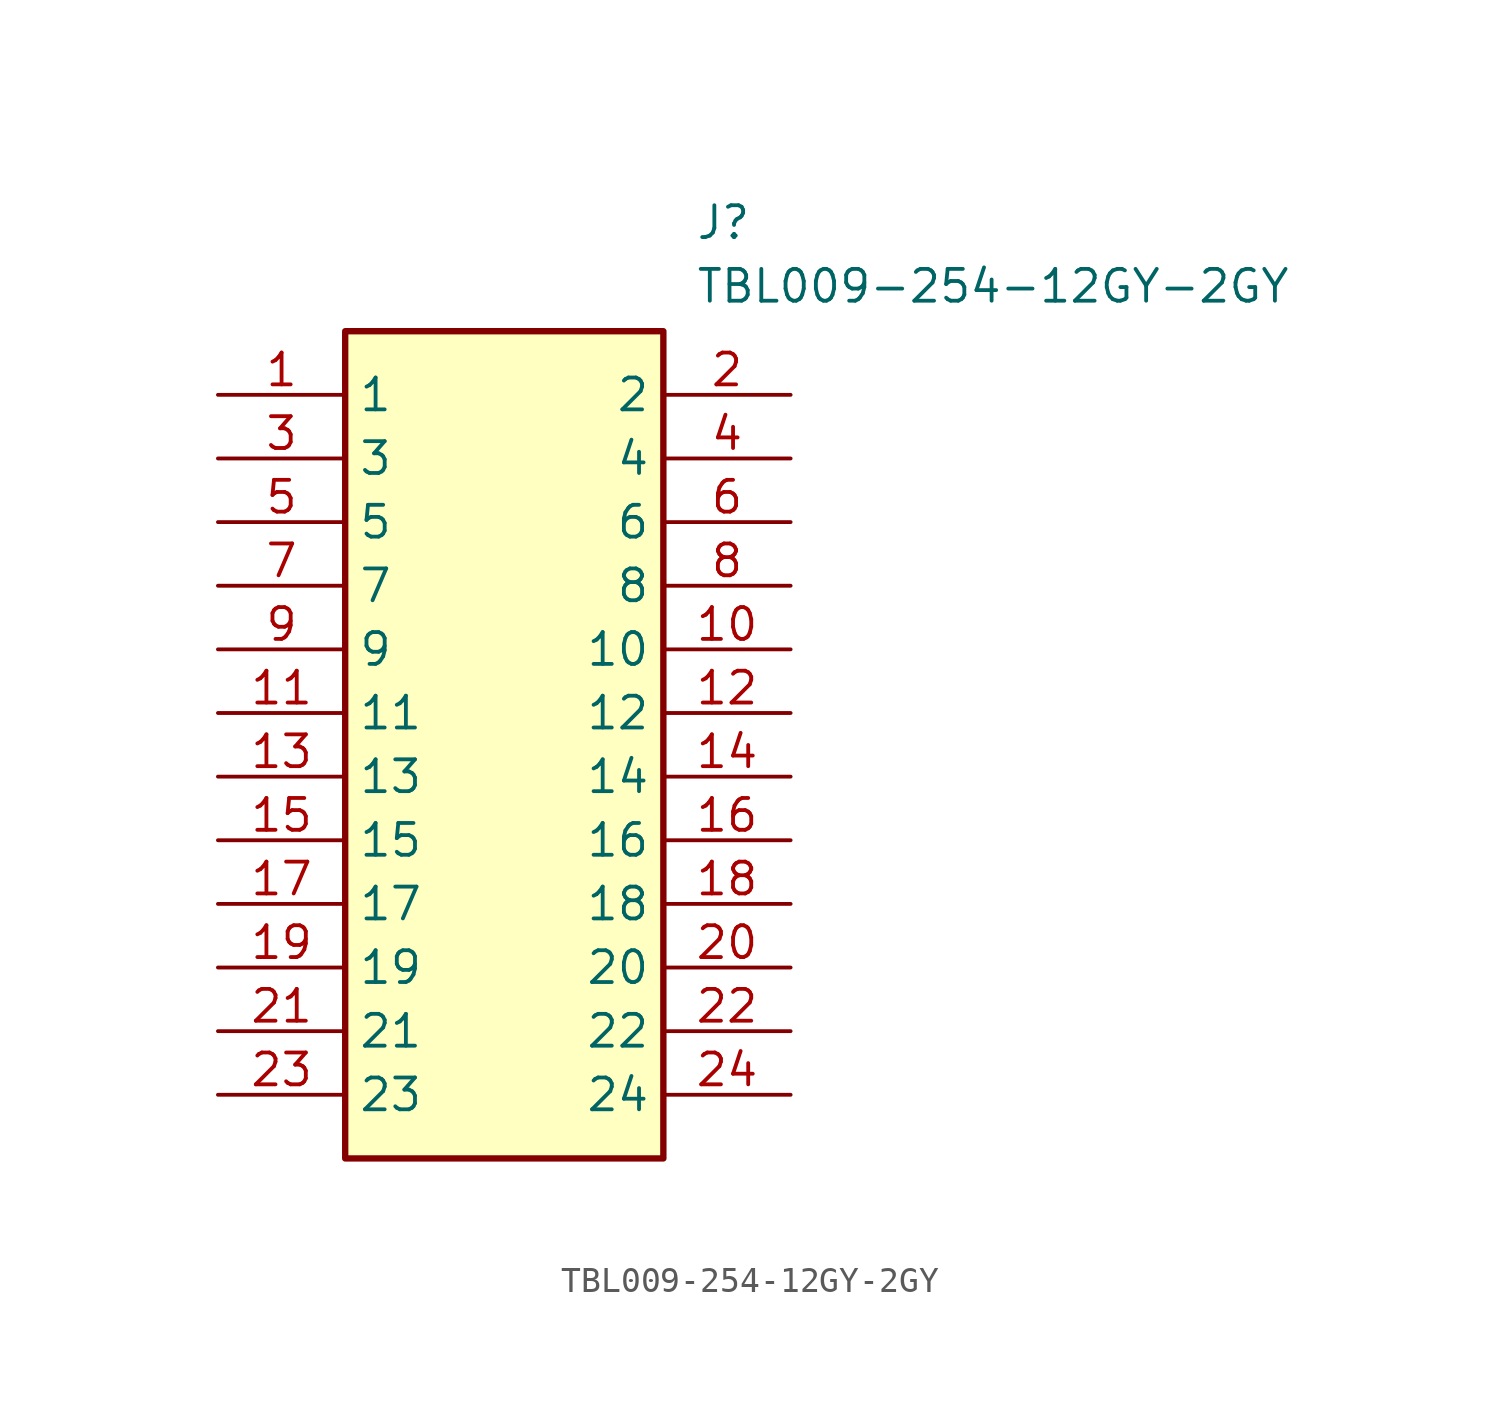
<source format=kicad_sym>
(kicad_symbol_lib
  (version 20211014)
  (generator SamacSys_ECAD_Model)
  (symbol "TBL009-254-12GY-2GY"
    (property "Reference" "J"
      (at 19.05 7.62 0)
      (effects (font (size 1.27 1.27)) (justify left top)))
    (property "Value" "TBL009-254-12GY-2GY"
      (at 19.05 5.08 0)
      (effects (font (size 1.27 1.27)) (justify left top)))
    (rectangle
      (start 5.08 2.54)
      (end 17.78 -30.48)
      (stroke (width 0.254) (type default))
      (fill (type background)))
    (pin passive line
      (at 0 0 0)
      (length 5.08)
      (name "1" (effects (font (size 1.27 1.27))))
      (number "1" (effects (font (size 1.27 1.27)))))
    (pin passive line
      (at 22.86 0 180)
      (length 5.08)
      (name "2" (effects (font (size 1.27 1.27))))
      (number "2" (effects (font (size 1.27 1.27)))))
    (pin passive line
      (at 0 -2.54 0)
      (length 5.08)
      (name "3" (effects (font (size 1.27 1.27))))
      (number "3" (effects (font (size 1.27 1.27)))))
    (pin passive line
      (at 22.86 -2.54 180)
      (length 5.08)
      (name "4" (effects (font (size 1.27 1.27))))
      (number "4" (effects (font (size 1.27 1.27)))))
    (pin passive line
      (at 0 -5.08 0)
      (length 5.08)
      (name "5" (effects (font (size 1.27 1.27))))
      (number "5" (effects (font (size 1.27 1.27)))))
    (pin passive line
      (at 22.86 -5.08 180)
      (length 5.08)
      (name "6" (effects (font (size 1.27 1.27))))
      (number "6" (effects (font (size 1.27 1.27)))))
    (pin passive line
      (at 0 -7.62 0)
      (length 5.08)
      (name "7" (effects (font (size 1.27 1.27))))
      (number "7" (effects (font (size 1.27 1.27)))))
    (pin passive line
      (at 22.86 -7.62 180)
      (length 5.08)
      (name "8" (effects (font (size 1.27 1.27))))
      (number "8" (effects (font (size 1.27 1.27)))))
    (pin passive line
      (at 0 -10.16 0)
      (length 5.08)
      (name "9" (effects (font (size 1.27 1.27))))
      (number "9" (effects (font (size 1.27 1.27)))))
    (pin passive line
      (at 22.86 -10.16 180)
      (length 5.08)
      (name "10" (effects (font (size 1.27 1.27))))
      (number "10" (effects (font (size 1.27 1.27)))))
    (pin passive line
      (at 0 -12.7 0)
      (length 5.08)
      (name "11" (effects (font (size 1.27 1.27))))
      (number "11" (effects (font (size 1.27 1.27)))))
    (pin passive line
      (at 22.86 -12.7 180)
      (length 5.08)
      (name "12" (effects (font (size 1.27 1.27))))
      (number "12" (effects (font (size 1.27 1.27)))))
    (pin passive line
      (at 0 -15.24 0)
      (length 5.08)
      (name "13" (effects (font (size 1.27 1.27))))
      (number "13" (effects (font (size 1.27 1.27)))))
    (pin passive line
      (at 22.86 -15.24 180)
      (length 5.08)
      (name "14" (effects (font (size 1.27 1.27))))
      (number "14" (effects (font (size 1.27 1.27)))))
    (pin passive line
      (at 0 -17.78 0)
      (length 5.08)
      (name "15" (effects (font (size 1.27 1.27))))
      (number "15" (effects (font (size 1.27 1.27)))))
    (pin passive line
      (at 22.86 -17.78 180)
      (length 5.08)
      (name "16" (effects (font (size 1.27 1.27))))
      (number "16" (effects (font (size 1.27 1.27)))))
    (pin passive line
      (at 0 -20.32 0)
      (length 5.08)
      (name "17" (effects (font (size 1.27 1.27))))
      (number "17" (effects (font (size 1.27 1.27)))))
    (pin passive line
      (at 22.86 -20.32 180)
      (length 5.08)
      (name "18" (effects (font (size 1.27 1.27))))
      (number "18" (effects (font (size 1.27 1.27)))))
    (pin passive line
      (at 0 -22.86 0)
      (length 5.08)
      (name "19" (effects (font (size 1.27 1.27))))
      (number "19" (effects (font (size 1.27 1.27)))))
    (pin passive line
      (at 22.86 -22.86 180)
      (length 5.08)
      (name "20" (effects (font (size 1.27 1.27))))
      (number "20" (effects (font (size 1.27 1.27)))))
    (pin passive line
      (at 0 -25.4 0)
      (length 5.08)
      (name "21" (effects (font (size 1.27 1.27))))
      (number "21" (effects (font (size 1.27 1.27)))))
    (pin passive line
      (at 22.86 -25.4 180)
      (length 5.08)
      (name "22" (effects (font (size 1.27 1.27))))
      (number "22" (effects (font (size 1.27 1.27)))))
    (pin passive line
      (at 0 -27.94 0)
      (length 5.08)
      (name "23" (effects (font (size 1.27 1.27))))
      (number "23" (effects (font (size 1.27 1.27)))))
    (pin passive line
      (at 22.86 -27.94 180)
      (length 5.08)
      (name "24" (effects (font (size 1.27 1.27))))
      (number "24" (effects (font (size 1.27 1.27)))))))
</source>
